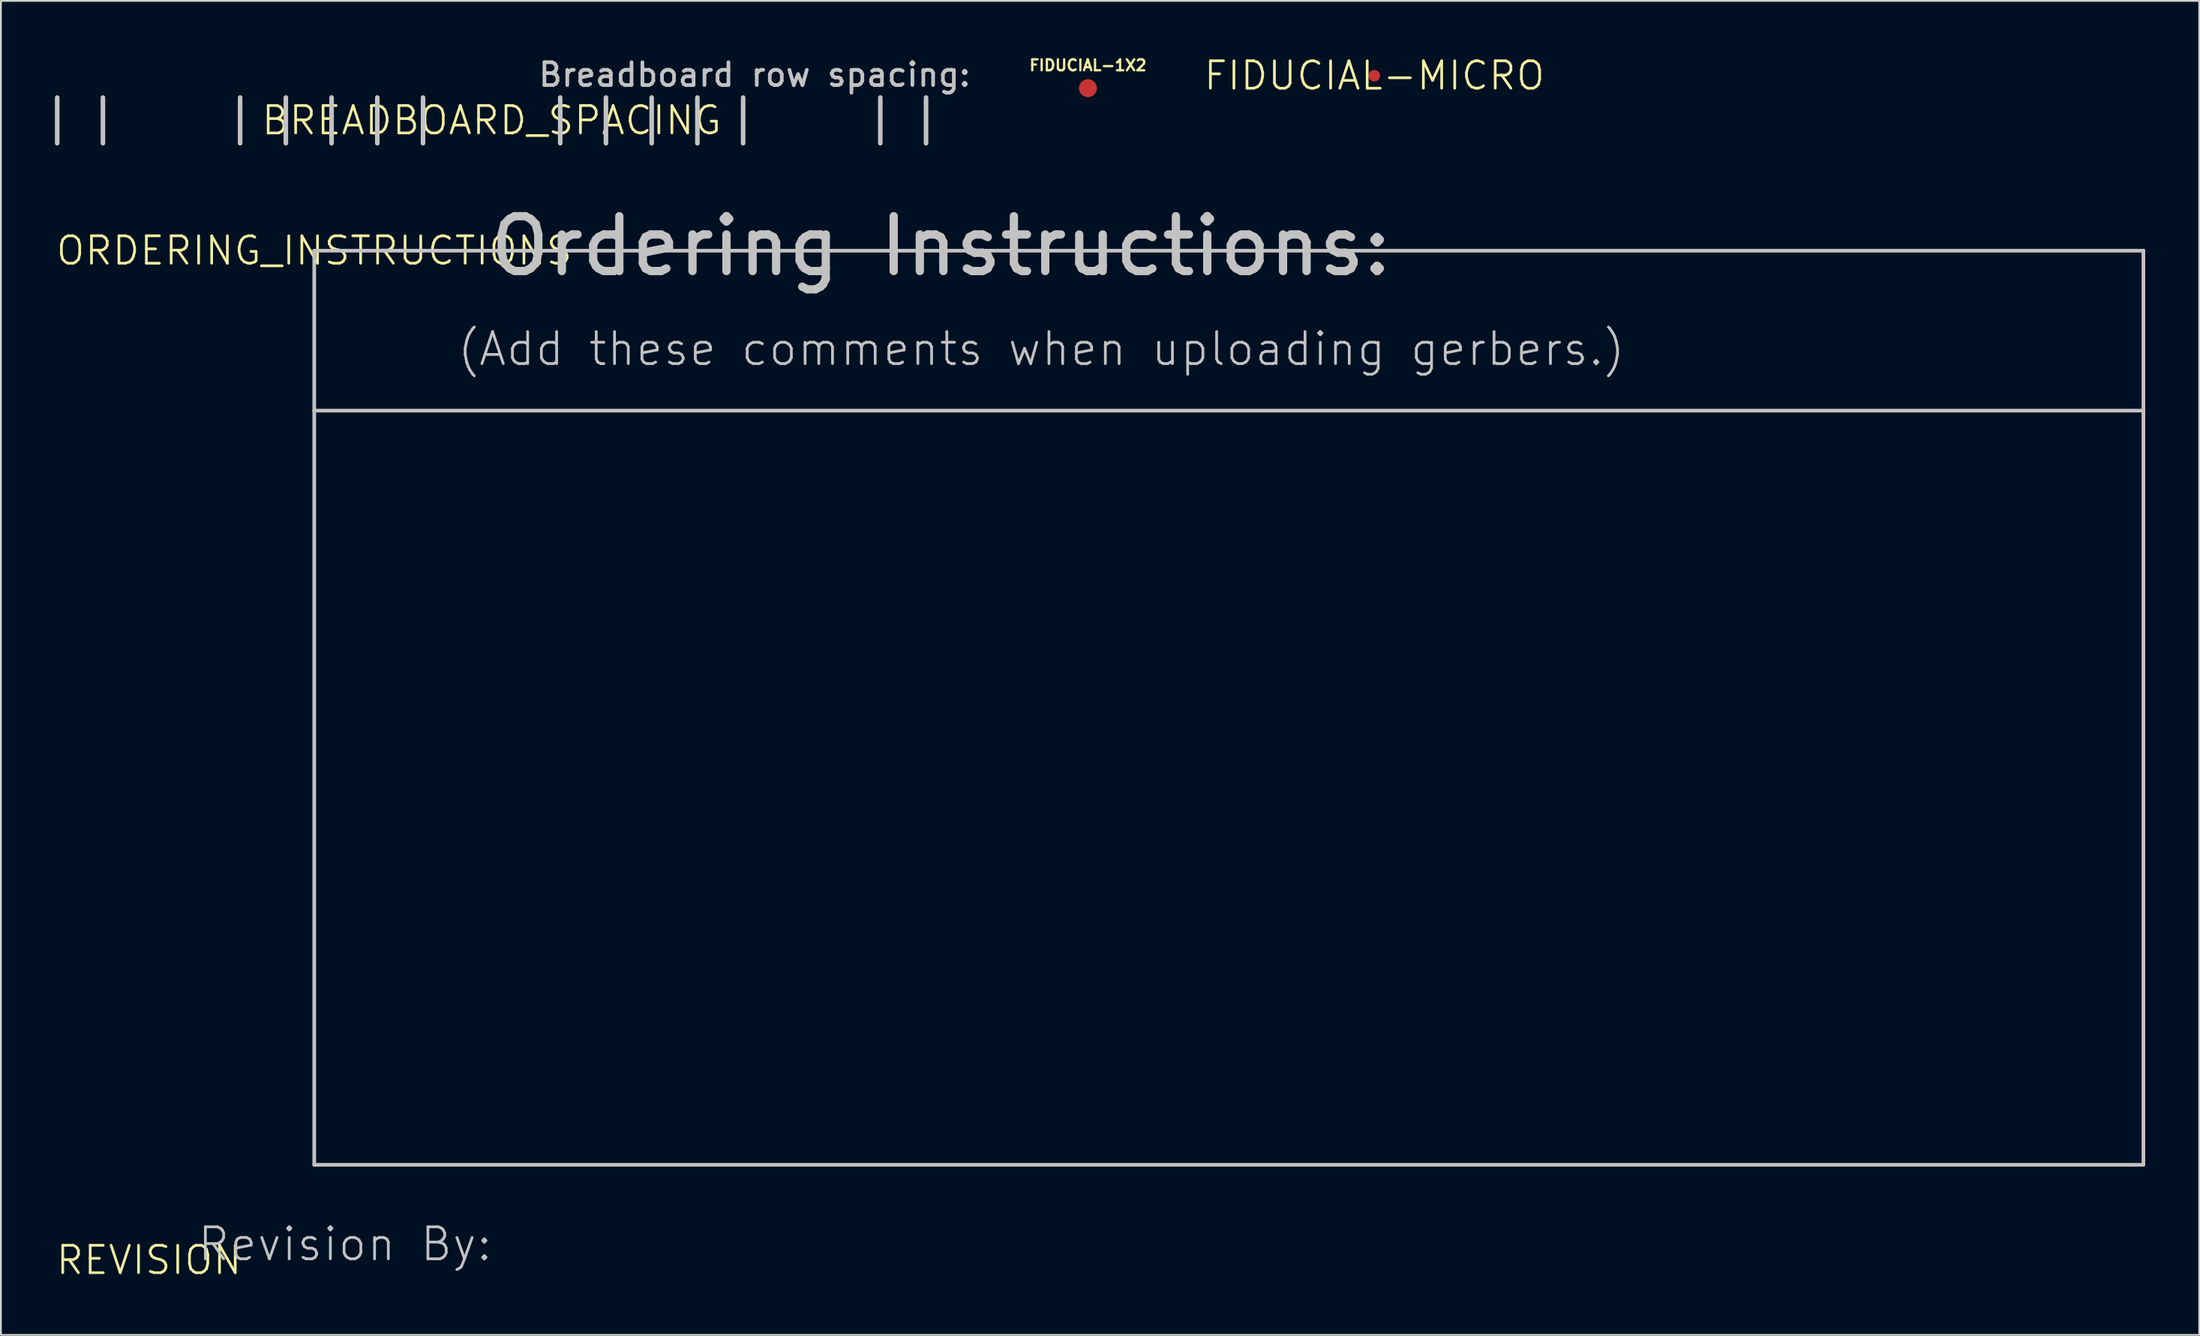
<source format=kicad_pcb>
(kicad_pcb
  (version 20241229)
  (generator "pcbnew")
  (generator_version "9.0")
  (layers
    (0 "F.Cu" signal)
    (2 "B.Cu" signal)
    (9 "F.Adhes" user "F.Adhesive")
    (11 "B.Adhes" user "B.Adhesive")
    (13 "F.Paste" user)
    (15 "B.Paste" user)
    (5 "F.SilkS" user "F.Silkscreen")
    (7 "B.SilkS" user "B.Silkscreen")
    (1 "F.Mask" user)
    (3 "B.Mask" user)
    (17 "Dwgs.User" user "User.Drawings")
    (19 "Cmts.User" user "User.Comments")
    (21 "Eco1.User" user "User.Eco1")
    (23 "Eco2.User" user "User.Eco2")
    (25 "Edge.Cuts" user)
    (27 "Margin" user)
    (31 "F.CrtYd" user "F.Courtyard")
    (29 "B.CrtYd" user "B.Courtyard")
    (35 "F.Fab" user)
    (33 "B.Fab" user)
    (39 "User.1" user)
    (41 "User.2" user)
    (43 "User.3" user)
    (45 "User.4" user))
  (footprint "FIDUCIAL-1X2"
    (layer "F.Cu")
    (at 57.38 1.85)
    (property "Reference" "FIDUCIAL-1X2" (at 0 -1.27 0) (layer "F.SilkS") (effects (font (size 0.61 0.61) (thickness 0.127))))
    (attr smd)
    (pad "1" smd circle (at 0 0) (size 0.998 0.998) (layers "F.Cu" "F.Mask")))
  (footprint "REVISION"
    (layer "F.Cu")
    (at 5.225 66.979)
    (property "Reference" "REVISION" (at 0 0 0) (layer "F.SilkS") (effects (font (size 1.524 1.524) (thickness 0.15))))
    (attr exclude_from_pos_files exclude_from_bom)
    (fp_text user "Revision By: " (at 11.557 -0.889 0) (layer "Dwgs.User") (effects (font (size 1.778 1.778) (thickness 0.152)))))
  (footprint "FIDUCIAL-MICRO"
    (layer "F.Cu")
    (at 73.29 1.155)
    (property "Reference" "FIDUCIAL-MICRO" (at 0 0 0) (layer "F.SilkS") (effects (font (size 1.524 1.524) (thickness 0.15))))
    (attr smd)
    (pad "1" smd circle (at 0 0) (size 0.635 0.635) (layers "F.Cu" "F.Mask")))
  (footprint "BREADBOARD_SPACING"
    (layer "F.Cu")
    (at 24.257 3.64)
    (property "Reference" "BREADBOARD_SPACING" (at 0 0 0) (layer "F.SilkS") (effects (font (size 1.524 1.524) (thickness 0.15))))
    (attr exclude_from_pos_files exclude_from_bom)
    (fp_line (start -24.13 -1.27) (end -24.13 1.27) (stroke (width 0.254) (type solid)) (layer "Dwgs.User"))
    (fp_line (start -21.59 -1.27) (end -21.59 1.27) (stroke (width 0.254) (type solid)) (layer "Dwgs.User"))
    (fp_line (start -13.97 -1.27) (end -13.97 1.27) (stroke (width 0.254) (type solid)) (layer "Dwgs.User"))
    (fp_line (start -11.43 -1.27) (end -11.43 1.27) (stroke (width 0.254) (type solid)) (layer "Dwgs.User"))
    (fp_line (start -8.89 -1.27) (end -8.89 1.27) (stroke (width 0.254) (type solid)) (layer "Dwgs.User"))
    (fp_line (start -6.35 -1.27) (end -6.35 1.27) (stroke (width 0.254) (type solid)) (layer "Dwgs.User"))
    (fp_line (start -3.81 -1.27) (end -3.81 1.27) (stroke (width 0.254) (type solid)) (layer "Dwgs.User"))
    (fp_line (start 3.81 -1.27) (end 3.81 1.27) (stroke (width 0.254) (type solid)) (layer "Dwgs.User"))
    (fp_line (start 6.35 -1.27) (end 6.35 1.27) (stroke (width 0.254) (type solid)) (layer "Dwgs.User"))
    (fp_line (start 8.89 -1.27) (end 8.89 1.27) (stroke (width 0.254) (type solid)) (layer "Dwgs.User"))
    (fp_line (start 11.43 -1.27) (end 11.43 1.27) (stroke (width 0.254) (type solid)) (layer "Dwgs.User"))
    (fp_line (start 13.97 -1.27) (end 13.97 1.27) (stroke (width 0.254) (type solid)) (layer "Dwgs.User"))
    (fp_line (start 21.59 -1.27) (end 21.59 1.27) (stroke (width 0.254) (type solid)) (layer "Dwgs.User"))
    (fp_line (start 24.13 -1.27) (end 24.13 1.27) (stroke (width 0.254) (type solid)) (layer "Dwgs.User"))
    (fp_text user "Breadboard row spacing:" (at 14.605 -2.54 0) (layer "Dwgs.User") (effects (font (size 1.27 1.27) (thickness 0.203)))))
  (footprint "ORDERING_INSTRUCTIONS"
    (layer "F.Cu")
    (at 14.405 10.88)
    (property "Reference" "ORDERING_INSTRUCTIONS" (at 0 0 0) (layer "F.SilkS") (effects (font (size 1.524 1.524) (thickness 0.15))))
    (attr exclude_from_pos_files exclude_from_bom)
    (fp_line (start 0 0) (end 101.6 0) (stroke (width 0.203) (type solid)) (layer "Dwgs.User"))
    (fp_line (start 0 8.89) (end 0 0) (stroke (width 0.203) (type solid)) (layer "Dwgs.User"))
    (fp_line (start 0 8.89) (end 101.6 8.89) (stroke (width 0.203) (type solid)) (layer "Dwgs.User"))
    (fp_line (start 0 50.8) (end 0 8.89) (stroke (width 0.203) (type solid)) (layer "Dwgs.User"))
    (fp_line (start 101.6 0) (end 101.6 8.89) (stroke (width 0.203) (type solid)) (layer "Dwgs.User"))
    (fp_line (start 101.6 8.89) (end 101.6 50.8) (stroke (width 0.203) (type solid)) (layer "Dwgs.User"))
    (fp_line (start 101.6 50.8) (end 0 50.8) (stroke (width 0.203) (type solid)) (layer "Dwgs.User"))
    (fp_text user "(Add these comments when uploading gerbers.)" (at 40.386 5.461 0) (layer "Dwgs.User") (effects (font (size 1.778 1.778) (thickness 0.152))))
    (fp_text user "Ordering Instructions:" (at 34.798 -0.254 0) (layer "Dwgs.User") (effects (font (size 3.048 3.048) (thickness 0.46)))))
  (gr_rect
    (start -3 -3)
    (end 119.107 71.133)
    (stroke (width 0.1) (type default))
    (fill no)
    (layer "Edge.Cuts")))
</source>
